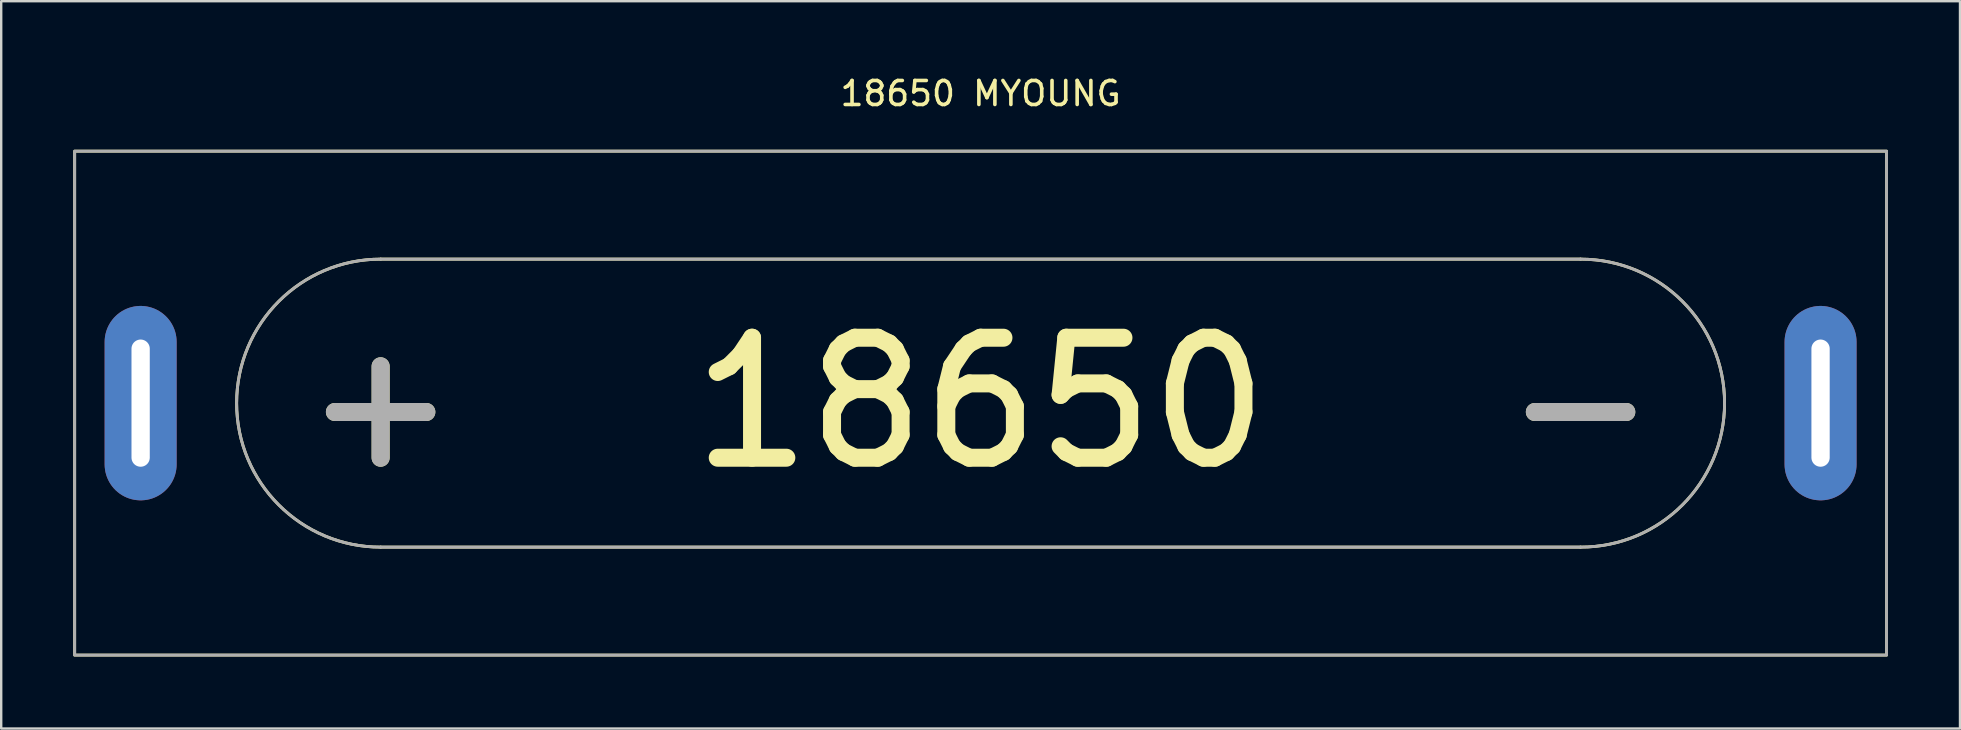
<source format=kicad_pcb>
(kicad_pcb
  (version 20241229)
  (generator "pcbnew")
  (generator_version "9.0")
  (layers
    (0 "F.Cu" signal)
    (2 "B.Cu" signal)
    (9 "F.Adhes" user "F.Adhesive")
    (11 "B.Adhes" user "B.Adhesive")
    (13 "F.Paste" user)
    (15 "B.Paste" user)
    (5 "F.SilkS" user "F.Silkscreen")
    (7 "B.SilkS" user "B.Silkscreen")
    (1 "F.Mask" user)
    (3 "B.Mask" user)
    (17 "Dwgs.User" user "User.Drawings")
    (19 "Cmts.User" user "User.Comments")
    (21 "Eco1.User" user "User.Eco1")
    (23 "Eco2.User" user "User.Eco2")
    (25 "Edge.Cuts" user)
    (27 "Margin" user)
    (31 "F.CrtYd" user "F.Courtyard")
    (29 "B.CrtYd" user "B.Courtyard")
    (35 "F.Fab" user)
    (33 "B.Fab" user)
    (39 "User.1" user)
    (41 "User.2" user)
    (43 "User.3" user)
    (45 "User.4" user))
  (footprint "18650 MYOUNG"
    (layer "F.Cu")
    (at 37.81 13.748)
    (property "Reference" "18650 MYOUNG" (at 0 -12.9 0) (unlocked yes) (layer "F.SilkS") (effects (font (size 1 1) (thickness 0.15))))
    (attr through_hole)
    (fp_line (start -25 6) (end 25 6) (stroke (width 0.12) (type default)) (layer "F.SilkS"))
    (fp_line (start 25 -6) (end -25 -6) (stroke (width 0.12) (type default)) (layer "F.SilkS"))
    (fp_rect (start -37.75 -10.5) (end 37.75 10.5) (stroke (width 0.12) (type default)) (fill no) (layer "F.SilkS"))
    (fp_arc (start -25 6) (mid -31 0) (end -25 -6) (stroke (width 0.12) (type default)) (layer "F.SilkS"))
    (fp_arc (start 25 -6) (mid 31 0) (end 25 6) (stroke (width 0.12) (type default)) (layer "F.SilkS"))
    (fp_line (start -25 6) (end 25 6) (stroke (width 0.12) (type default)) (layer "F.Fab"))
    (fp_line (start 25 -6) (end -25 -6) (stroke (width 0.12) (type default)) (layer "F.Fab"))
    (fp_rect (start -37.75 -10.5) (end 37.75 10.5) (stroke (width 0.12) (type default)) (fill no) (layer "F.Fab"))
    (fp_arc (start -25 6) (mid -31 0) (end -25 -6) (stroke (width 0.12) (type default)) (layer "F.Fab"))
    (fp_arc (start 25 -6) (mid 31 0) (end 25 6) (stroke (width 0.12) (type default)) (layer "F.Fab"))
    (fp_text user "+" (at -25 0 0) (unlocked yes) (layer "F.SilkS") (effects (font (size 5 5) (thickness 0.75))))
    (fp_text user "18650" (at 0 0 0) (unlocked yes) (layer "F.SilkS") (effects (font (size 5 5) (thickness 0.75))))
    (fp_text user "-" (at 25 0 0) (unlocked yes) (layer "F.SilkS") (effects (font (size 5 5) (thickness 0.75))))
    (fp_text user "-" (at 25 0 0) (unlocked yes) (layer "F.Fab") (effects (font (size 5 5) (thickness 0.75))))
    (fp_text user "+" (at -25 0 0) (unlocked yes) (layer "F.Fab") (effects (font (size 5 5) (thickness 0.75))))
    (pad "1" thru_hole oval (at -35 0) (size 3 8.1) (drill oval 0.762 5.3) (layers "*.Cu" "*.Mask"))
    (pad "2" thru_hole oval (at 35 0) (size 3 8.1) (drill oval 0.762 5.3) (layers "*.Cu" "*.Mask")))
  (gr_rect
    (start -3 -3)
    (end 78.62 27.308)
    (stroke (width 0.1) (type default))
    (fill no)
    (layer "Edge.Cuts")))
</source>
